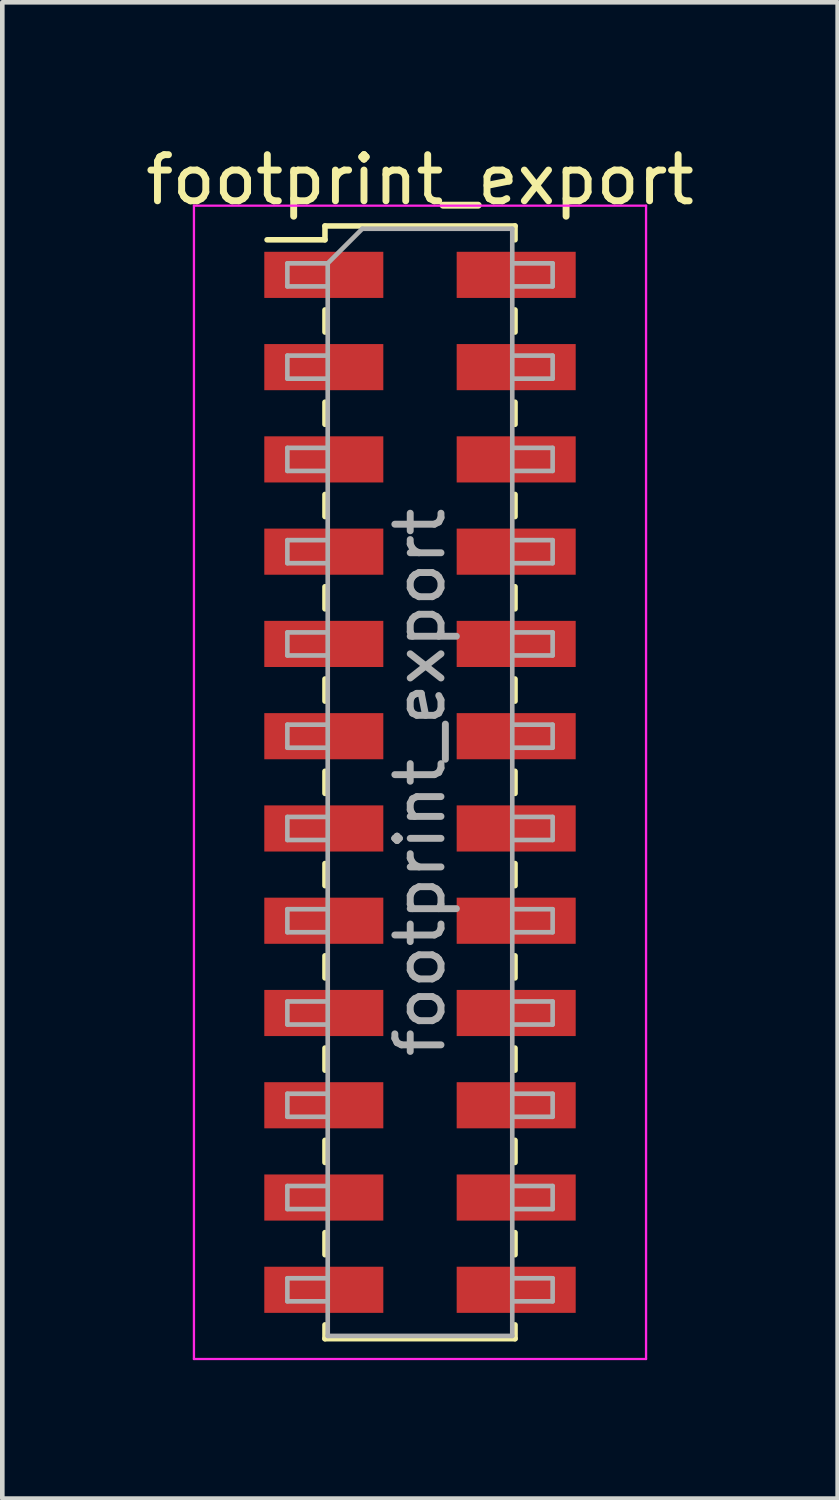
<source format=kicad_pcb>
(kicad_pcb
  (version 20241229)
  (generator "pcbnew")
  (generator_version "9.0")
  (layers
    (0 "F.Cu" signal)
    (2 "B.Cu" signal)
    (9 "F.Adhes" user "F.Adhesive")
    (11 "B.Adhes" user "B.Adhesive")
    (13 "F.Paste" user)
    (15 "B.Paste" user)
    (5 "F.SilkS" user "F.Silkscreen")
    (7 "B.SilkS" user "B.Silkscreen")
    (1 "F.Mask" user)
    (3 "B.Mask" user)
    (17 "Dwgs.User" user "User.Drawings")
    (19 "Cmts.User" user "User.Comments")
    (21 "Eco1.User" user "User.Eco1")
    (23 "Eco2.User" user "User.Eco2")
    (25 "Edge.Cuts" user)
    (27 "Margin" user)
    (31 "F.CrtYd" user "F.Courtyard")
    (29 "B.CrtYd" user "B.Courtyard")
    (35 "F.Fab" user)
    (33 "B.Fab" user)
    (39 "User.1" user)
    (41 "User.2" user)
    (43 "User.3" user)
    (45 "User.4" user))
  (footprint "footprint_export"
    (layer "F.Cu")
    (at 6.054 13.908)
    (property "Reference" "footprint_export" (at 0 -13.06 0) (layer "F.SilkS") (effects (font (size 1 1) (thickness 0.15))))
    (attr smd)
    (fp_line (start -3.315 -11.76) (end -2.06 -11.76) (stroke (width 0.12) (type solid)) (layer "F.SilkS"))
    (fp_line (start -2.06 -12.06) (end -2.06 -11.76) (stroke (width 0.12) (type solid)) (layer "F.SilkS"))
    (fp_line (start -2.06 -12.06) (end 2.06 -12.06) (stroke (width 0.12) (type solid)) (layer "F.SilkS"))
    (fp_line (start -2.06 -10.24) (end -2.06 -9.76) (stroke (width 0.12) (type solid)) (layer "F.SilkS"))
    (fp_line (start -2.06 -8.24) (end -2.06 -7.76) (stroke (width 0.12) (type solid)) (layer "F.SilkS"))
    (fp_line (start -2.06 -6.24) (end -2.06 -5.76) (stroke (width 0.12) (type solid)) (layer "F.SilkS"))
    (fp_line (start -2.06 -4.24) (end -2.06 -3.76) (stroke (width 0.12) (type solid)) (layer "F.SilkS"))
    (fp_line (start -2.06 -2.24) (end -2.06 -1.76) (stroke (width 0.12) (type solid)) (layer "F.SilkS"))
    (fp_line (start -2.06 -0.24) (end -2.06 0.24) (stroke (width 0.12) (type solid)) (layer "F.SilkS"))
    (fp_line (start -2.06 1.76) (end -2.06 2.24) (stroke (width 0.12) (type solid)) (layer "F.SilkS"))
    (fp_line (start -2.06 3.76) (end -2.06 4.24) (stroke (width 0.12) (type solid)) (layer "F.SilkS"))
    (fp_line (start -2.06 5.76) (end -2.06 6.24) (stroke (width 0.12) (type solid)) (layer "F.SilkS"))
    (fp_line (start -2.06 7.76) (end -2.06 8.24) (stroke (width 0.12) (type solid)) (layer "F.SilkS"))
    (fp_line (start -2.06 9.76) (end -2.06 10.24) (stroke (width 0.12) (type solid)) (layer "F.SilkS"))
    (fp_line (start -2.06 11.76) (end -2.06 12.06) (stroke (width 0.12) (type solid)) (layer "F.SilkS"))
    (fp_line (start -2.06 12.06) (end 2.06 12.06) (stroke (width 0.12) (type solid)) (layer "F.SilkS"))
    (fp_line (start 2.06 -12.06) (end 2.06 -11.76) (stroke (width 0.12) (type solid)) (layer "F.SilkS"))
    (fp_line (start 2.06 -10.24) (end 2.06 -9.76) (stroke (width 0.12) (type solid)) (layer "F.SilkS"))
    (fp_line (start 2.06 -8.24) (end 2.06 -7.76) (stroke (width 0.12) (type solid)) (layer "F.SilkS"))
    (fp_line (start 2.06 -6.24) (end 2.06 -5.76) (stroke (width 0.12) (type solid)) (layer "F.SilkS"))
    (fp_line (start 2.06 -4.24) (end 2.06 -3.76) (stroke (width 0.12) (type solid)) (layer "F.SilkS"))
    (fp_line (start 2.06 -2.24) (end 2.06 -1.76) (stroke (width 0.12) (type solid)) (layer "F.SilkS"))
    (fp_line (start 2.06 -0.24) (end 2.06 0.24) (stroke (width 0.12) (type solid)) (layer "F.SilkS"))
    (fp_line (start 2.06 1.76) (end 2.06 2.24) (stroke (width 0.12) (type solid)) (layer "F.SilkS"))
    (fp_line (start 2.06 3.76) (end 2.06 4.24) (stroke (width 0.12) (type solid)) (layer "F.SilkS"))
    (fp_line (start 2.06 5.76) (end 2.06 6.24) (stroke (width 0.12) (type solid)) (layer "F.SilkS"))
    (fp_line (start 2.06 7.76) (end 2.06 8.24) (stroke (width 0.12) (type solid)) (layer "F.SilkS"))
    (fp_line (start 2.06 9.76) (end 2.06 10.24) (stroke (width 0.12) (type solid)) (layer "F.SilkS"))
    (fp_line (start 2.06 11.76) (end 2.06 12.06) (stroke (width 0.12) (type solid)) (layer "F.SilkS"))
    (fp_line (start -4.9 -12.5) (end -4.9 12.5) (stroke (width 0.05) (type solid)) (layer "F.CrtYd"))
    (fp_line (start -4.9 12.5) (end 4.9 12.5) (stroke (width 0.05) (type solid)) (layer "F.CrtYd"))
    (fp_line (start 4.9 -12.5) (end -4.9 -12.5) (stroke (width 0.05) (type solid)) (layer "F.CrtYd"))
    (fp_line (start 4.9 12.5) (end 4.9 -12.5) (stroke (width 0.05) (type solid)) (layer "F.CrtYd"))
    (fp_line (start -2.875 -11.25) (end -2.875 -10.75) (stroke (width 0.1) (type solid)) (layer "F.Fab"))
    (fp_line (start -2.875 -10.75) (end -2 -10.75) (stroke (width 0.1) (type solid)) (layer "F.Fab"))
    (fp_line (start -2.875 -9.25) (end -2.875 -8.75) (stroke (width 0.1) (type solid)) (layer "F.Fab"))
    (fp_line (start -2.875 -8.75) (end -2 -8.75) (stroke (width 0.1) (type solid)) (layer "F.Fab"))
    (fp_line (start -2.875 -7.25) (end -2.875 -6.75) (stroke (width 0.1) (type solid)) (layer "F.Fab"))
    (fp_line (start -2.875 -6.75) (end -2 -6.75) (stroke (width 0.1) (type solid)) (layer "F.Fab"))
    (fp_line (start -2.875 -5.25) (end -2.875 -4.75) (stroke (width 0.1) (type solid)) (layer "F.Fab"))
    (fp_line (start -2.875 -4.75) (end -2 -4.75) (stroke (width 0.1) (type solid)) (layer "F.Fab"))
    (fp_line (start -2.875 -3.25) (end -2.875 -2.75) (stroke (width 0.1) (type solid)) (layer "F.Fab"))
    (fp_line (start -2.875 -2.75) (end -2 -2.75) (stroke (width 0.1) (type solid)) (layer "F.Fab"))
    (fp_line (start -2.875 -1.25) (end -2.875 -0.75) (stroke (width 0.1) (type solid)) (layer "F.Fab"))
    (fp_line (start -2.875 -0.75) (end -2 -0.75) (stroke (width 0.1) (type solid)) (layer "F.Fab"))
    (fp_line (start -2.875 0.75) (end -2.875 1.25) (stroke (width 0.1) (type solid)) (layer "F.Fab"))
    (fp_line (start -2.875 1.25) (end -2 1.25) (stroke (width 0.1) (type solid)) (layer "F.Fab"))
    (fp_line (start -2.875 2.75) (end -2.875 3.25) (stroke (width 0.1) (type solid)) (layer "F.Fab"))
    (fp_line (start -2.875 3.25) (end -2 3.25) (stroke (width 0.1) (type solid)) (layer "F.Fab"))
    (fp_line (start -2.875 4.75) (end -2.875 5.25) (stroke (width 0.1) (type solid)) (layer "F.Fab"))
    (fp_line (start -2.875 5.25) (end -2 5.25) (stroke (width 0.1) (type solid)) (layer "F.Fab"))
    (fp_line (start -2.875 6.75) (end -2.875 7.25) (stroke (width 0.1) (type solid)) (layer "F.Fab"))
    (fp_line (start -2.875 7.25) (end -2 7.25) (stroke (width 0.1) (type solid)) (layer "F.Fab"))
    (fp_line (start -2.875 8.75) (end -2.875 9.25) (stroke (width 0.1) (type solid)) (layer "F.Fab"))
    (fp_line (start -2.875 9.25) (end -2 9.25) (stroke (width 0.1) (type solid)) (layer "F.Fab"))
    (fp_line (start -2.875 10.75) (end -2.875 11.25) (stroke (width 0.1) (type solid)) (layer "F.Fab"))
    (fp_line (start -2.875 11.25) (end -2 11.25) (stroke (width 0.1) (type solid)) (layer "F.Fab"))
    (fp_line (start -2 -11.25) (end -2.875 -11.25) (stroke (width 0.1) (type solid)) (layer "F.Fab"))
    (fp_line (start -2 -11.25) (end -1.25 -12) (stroke (width 0.1) (type solid)) (layer "F.Fab"))
    (fp_line (start -2 -9.25) (end -2.875 -9.25) (stroke (width 0.1) (type solid)) (layer "F.Fab"))
    (fp_line (start -2 -7.25) (end -2.875 -7.25) (stroke (width 0.1) (type solid)) (layer "F.Fab"))
    (fp_line (start -2 -5.25) (end -2.875 -5.25) (stroke (width 0.1) (type solid)) (layer "F.Fab"))
    (fp_line (start -2 -3.25) (end -2.875 -3.25) (stroke (width 0.1) (type solid)) (layer "F.Fab"))
    (fp_line (start -2 -1.25) (end -2.875 -1.25) (stroke (width 0.1) (type solid)) (layer "F.Fab"))
    (fp_line (start -2 0.75) (end -2.875 0.75) (stroke (width 0.1) (type solid)) (layer "F.Fab"))
    (fp_line (start -2 2.75) (end -2.875 2.75) (stroke (width 0.1) (type solid)) (layer "F.Fab"))
    (fp_line (start -2 4.75) (end -2.875 4.75) (stroke (width 0.1) (type solid)) (layer "F.Fab"))
    (fp_line (start -2 6.75) (end -2.875 6.75) (stroke (width 0.1) (type solid)) (layer "F.Fab"))
    (fp_line (start -2 8.75) (end -2.875 8.75) (stroke (width 0.1) (type solid)) (layer "F.Fab"))
    (fp_line (start -2 10.75) (end -2.875 10.75) (stroke (width 0.1) (type solid)) (layer "F.Fab"))
    (fp_line (start -2 12) (end -2 -11.25) (stroke (width 0.1) (type solid)) (layer "F.Fab"))
    (fp_line (start -1.25 -12) (end 2 -12) (stroke (width 0.1) (type solid)) (layer "F.Fab"))
    (fp_line (start 2 -12) (end 2 12) (stroke (width 0.1) (type solid)) (layer "F.Fab"))
    (fp_line (start 2 -11.25) (end 2.875 -11.25) (stroke (width 0.1) (type solid)) (layer "F.Fab"))
    (fp_line (start 2 -9.25) (end 2.875 -9.25) (stroke (width 0.1) (type solid)) (layer "F.Fab"))
    (fp_line (start 2 -7.25) (end 2.875 -7.25) (stroke (width 0.1) (type solid)) (layer "F.Fab"))
    (fp_line (start 2 -5.25) (end 2.875 -5.25) (stroke (width 0.1) (type solid)) (layer "F.Fab"))
    (fp_line (start 2 -3.25) (end 2.875 -3.25) (stroke (width 0.1) (type solid)) (layer "F.Fab"))
    (fp_line (start 2 -1.25) (end 2.875 -1.25) (stroke (width 0.1) (type solid)) (layer "F.Fab"))
    (fp_line (start 2 0.75) (end 2.875 0.75) (stroke (width 0.1) (type solid)) (layer "F.Fab"))
    (fp_line (start 2 2.75) (end 2.875 2.75) (stroke (width 0.1) (type solid)) (layer "F.Fab"))
    (fp_line (start 2 4.75) (end 2.875 4.75) (stroke (width 0.1) (type solid)) (layer "F.Fab"))
    (fp_line (start 2 6.75) (end 2.875 6.75) (stroke (width 0.1) (type solid)) (layer "F.Fab"))
    (fp_line (start 2 8.75) (end 2.875 8.75) (stroke (width 0.1) (type solid)) (layer "F.Fab"))
    (fp_line (start 2 10.75) (end 2.875 10.75) (stroke (width 0.1) (type solid)) (layer "F.Fab"))
    (fp_line (start 2 12) (end -2 12) (stroke (width 0.1) (type solid)) (layer "F.Fab"))
    (fp_line (start 2.875 -11.25) (end 2.875 -10.75) (stroke (width 0.1) (type solid)) (layer "F.Fab"))
    (fp_line (start 2.875 -10.75) (end 2 -10.75) (stroke (width 0.1) (type solid)) (layer "F.Fab"))
    (fp_line (start 2.875 -9.25) (end 2.875 -8.75) (stroke (width 0.1) (type solid)) (layer "F.Fab"))
    (fp_line (start 2.875 -8.75) (end 2 -8.75) (stroke (width 0.1) (type solid)) (layer "F.Fab"))
    (fp_line (start 2.875 -7.25) (end 2.875 -6.75) (stroke (width 0.1) (type solid)) (layer "F.Fab"))
    (fp_line (start 2.875 -6.75) (end 2 -6.75) (stroke (width 0.1) (type solid)) (layer "F.Fab"))
    (fp_line (start 2.875 -5.25) (end 2.875 -4.75) (stroke (width 0.1) (type solid)) (layer "F.Fab"))
    (fp_line (start 2.875 -4.75) (end 2 -4.75) (stroke (width 0.1) (type solid)) (layer "F.Fab"))
    (fp_line (start 2.875 -3.25) (end 2.875 -2.75) (stroke (width 0.1) (type solid)) (layer "F.Fab"))
    (fp_line (start 2.875 -2.75) (end 2 -2.75) (stroke (width 0.1) (type solid)) (layer "F.Fab"))
    (fp_line (start 2.875 -1.25) (end 2.875 -0.75) (stroke (width 0.1) (type solid)) (layer "F.Fab"))
    (fp_line (start 2.875 -0.75) (end 2 -0.75) (stroke (width 0.1) (type solid)) (layer "F.Fab"))
    (fp_line (start 2.875 0.75) (end 2.875 1.25) (stroke (width 0.1) (type solid)) (layer "F.Fab"))
    (fp_line (start 2.875 1.25) (end 2 1.25) (stroke (width 0.1) (type solid)) (layer "F.Fab"))
    (fp_line (start 2.875 2.75) (end 2.875 3.25) (stroke (width 0.1) (type solid)) (layer "F.Fab"))
    (fp_line (start 2.875 3.25) (end 2 3.25) (stroke (width 0.1) (type solid)) (layer "F.Fab"))
    (fp_line (start 2.875 4.75) (end 2.875 5.25) (stroke (width 0.1) (type solid)) (layer "F.Fab"))
    (fp_line (start 2.875 5.25) (end 2 5.25) (stroke (width 0.1) (type solid)) (layer "F.Fab"))
    (fp_line (start 2.875 6.75) (end 2.875 7.25) (stroke (width 0.1) (type solid)) (layer "F.Fab"))
    (fp_line (start 2.875 7.25) (end 2 7.25) (stroke (width 0.1) (type solid)) (layer "F.Fab"))
    (fp_line (start 2.875 8.75) (end 2.875 9.25) (stroke (width 0.1) (type solid)) (layer "F.Fab"))
    (fp_line (start 2.875 9.25) (end 2 9.25) (stroke (width 0.1) (type solid)) (layer "F.Fab"))
    (fp_line (start 2.875 10.75) (end 2.875 11.25) (stroke (width 0.1) (type solid)) (layer "F.Fab"))
    (fp_line (start 2.875 11.25) (end 2 11.25) (stroke (width 0.1) (type solid)) (layer "F.Fab"))
    (fp_text user "${REFERENCE}" (at 0 0 90) (layer "F.Fab") (effects (font (size 1 1) (thickness 0.15))))
    (pad "1" smd rect (at -2.085 -11) (size 2.58 1) (layers "F.Cu" "F.Mask" "F.Paste"))
    (pad "2" smd rect (at 2.085 -11) (size 2.58 1) (layers "F.Cu" "F.Mask" "F.Paste"))
    (pad "3" smd rect (at -2.085 -9) (size 2.58 1) (layers "F.Cu" "F.Mask" "F.Paste"))
    (pad "4" smd rect (at 2.085 -9) (size 2.58 1) (layers "F.Cu" "F.Mask" "F.Paste"))
    (pad "5" smd rect (at -2.085 -7) (size 2.58 1) (layers "F.Cu" "F.Mask" "F.Paste"))
    (pad "6" smd rect (at 2.085 -7) (size 2.58 1) (layers "F.Cu" "F.Mask" "F.Paste"))
    (pad "7" smd rect (at -2.085 -5) (size 2.58 1) (layers "F.Cu" "F.Mask" "F.Paste"))
    (pad "8" smd rect (at 2.085 -5) (size 2.58 1) (layers "F.Cu" "F.Mask" "F.Paste"))
    (pad "9" smd rect (at -2.085 -3) (size 2.58 1) (layers "F.Cu" "F.Mask" "F.Paste"))
    (pad "10" smd rect (at 2.085 -3) (size 2.58 1) (layers "F.Cu" "F.Mask" "F.Paste"))
    (pad "11" smd rect (at -2.085 -1) (size 2.58 1) (layers "F.Cu" "F.Mask" "F.Paste"))
    (pad "12" smd rect (at 2.085 -1) (size 2.58 1) (layers "F.Cu" "F.Mask" "F.Paste"))
    (pad "13" smd rect (at -2.085 1) (size 2.58 1) (layers "F.Cu" "F.Mask" "F.Paste"))
    (pad "14" smd rect (at 2.085 1) (size 2.58 1) (layers "F.Cu" "F.Mask" "F.Paste"))
    (pad "15" smd rect (at -2.085 3) (size 2.58 1) (layers "F.Cu" "F.Mask" "F.Paste"))
    (pad "16" smd rect (at 2.085 3) (size 2.58 1) (layers "F.Cu" "F.Mask" "F.Paste"))
    (pad "17" smd rect (at -2.085 5) (size 2.58 1) (layers "F.Cu" "F.Mask" "F.Paste"))
    (pad "18" smd rect (at 2.085 5) (size 2.58 1) (layers "F.Cu" "F.Mask" "F.Paste"))
    (pad "19" smd rect (at -2.085 7) (size 2.58 1) (layers "F.Cu" "F.Mask" "F.Paste"))
    (pad "20" smd rect (at 2.085 7) (size 2.58 1) (layers "F.Cu" "F.Mask" "F.Paste"))
    (pad "21" smd rect (at -2.085 9) (size 2.58 1) (layers "F.Cu" "F.Mask" "F.Paste"))
    (pad "22" smd rect (at 2.085 9) (size 2.58 1) (layers "F.Cu" "F.Mask" "F.Paste"))
    (pad "23" smd rect (at -2.085 11) (size 2.58 1) (layers "F.Cu" "F.Mask" "F.Paste"))
    (pad "24" smd rect (at 2.085 11) (size 2.58 1) (layers "F.Cu" "F.Mask" "F.Paste")))
  (gr_rect
    (start -3 -3)
    (end 15.107 29.433)
    (stroke (width 0.1) (type default))
    (fill no)
    (layer "Edge.Cuts")))
</source>
